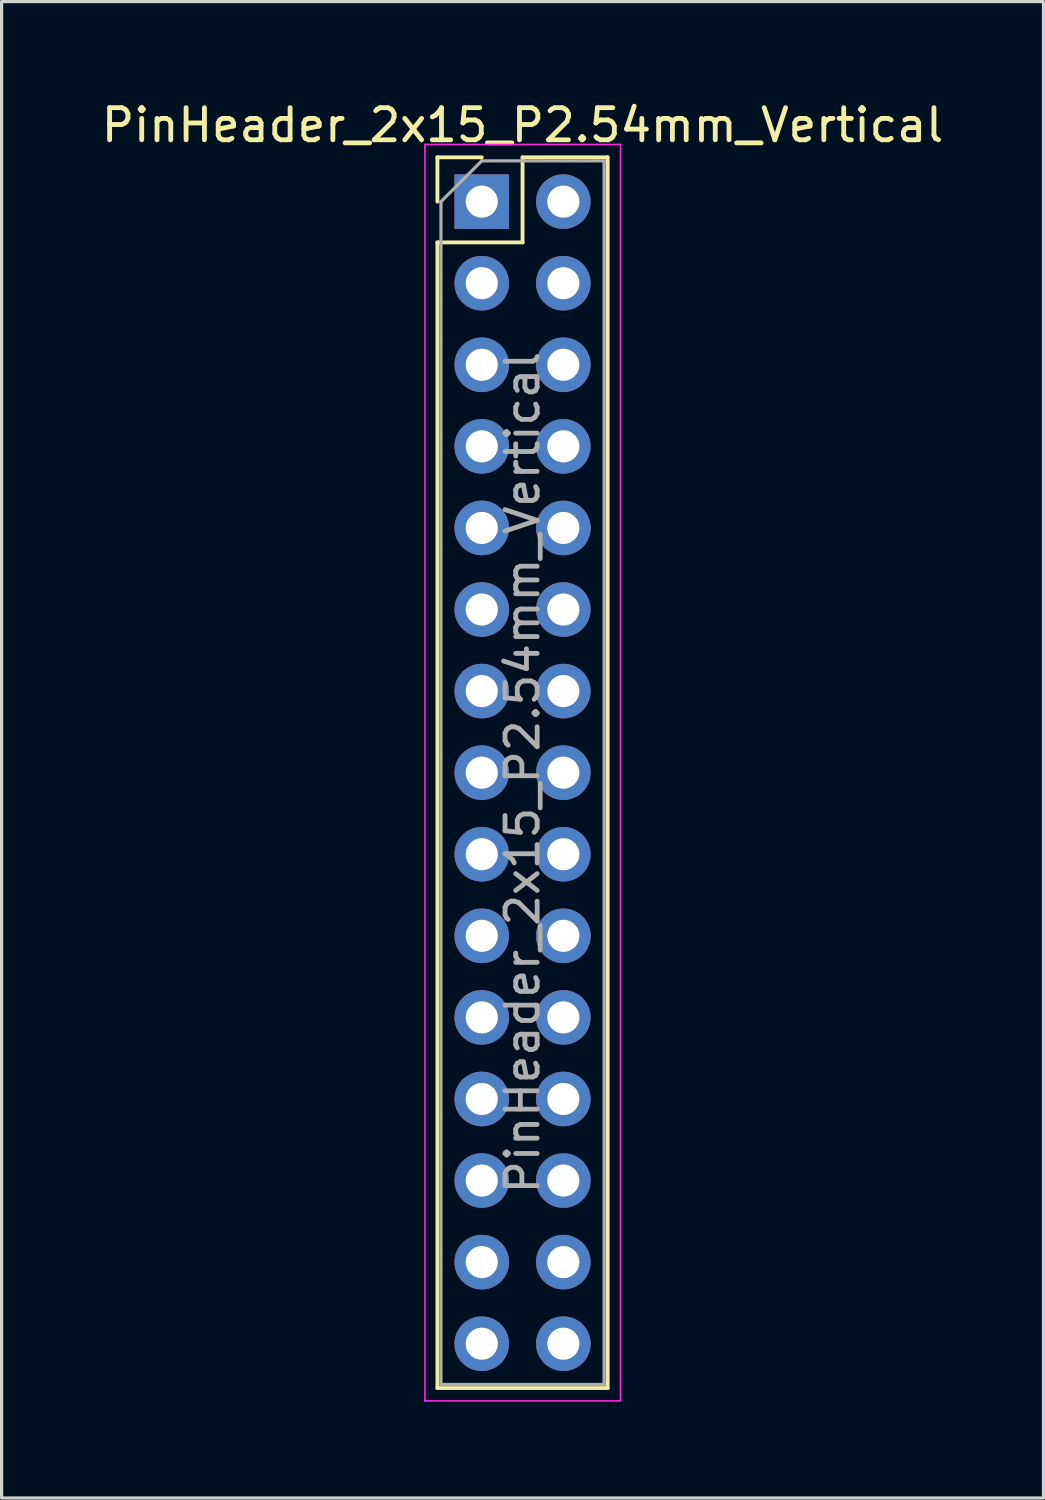
<source format=kicad_pcb>
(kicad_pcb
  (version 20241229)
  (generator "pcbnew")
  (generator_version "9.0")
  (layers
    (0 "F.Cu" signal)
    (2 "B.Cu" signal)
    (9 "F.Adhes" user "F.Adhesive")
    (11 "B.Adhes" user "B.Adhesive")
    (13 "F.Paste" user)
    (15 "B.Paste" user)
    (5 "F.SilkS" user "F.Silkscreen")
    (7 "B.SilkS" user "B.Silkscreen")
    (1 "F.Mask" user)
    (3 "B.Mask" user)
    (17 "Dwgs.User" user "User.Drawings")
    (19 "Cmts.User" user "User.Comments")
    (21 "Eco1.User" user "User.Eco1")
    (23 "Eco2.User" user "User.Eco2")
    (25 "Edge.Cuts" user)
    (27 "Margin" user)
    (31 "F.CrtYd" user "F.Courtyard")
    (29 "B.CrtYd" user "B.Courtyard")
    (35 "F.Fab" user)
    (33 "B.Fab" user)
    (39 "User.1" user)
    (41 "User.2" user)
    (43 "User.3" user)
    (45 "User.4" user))
  (footprint "PinHeader_2x15_P2.54mm_Vertical"
    (layer "F.Cu")
    (at 11.95 3.228)
    (property "Reference" "PinHeader_2x15_P2.54mm_Vertical" (at 1.27 -2.38 0) (layer "F.SilkS") (effects (font (size 1 1) (thickness 0.15))))
    (attr through_hole)
    (fp_line (start -1.38 -1.38) (end 0 -1.38) (stroke (width 0.12) (type solid)) (layer "F.SilkS"))
    (fp_line (start -1.38 0) (end -1.38 -1.38) (stroke (width 0.12) (type solid)) (layer "F.SilkS"))
    (fp_line (start -1.38 1.27) (end -1.38 36.94) (stroke (width 0.12) (type solid)) (layer "F.SilkS"))
    (fp_line (start -1.38 1.27) (end 1.27 1.27) (stroke (width 0.12) (type solid)) (layer "F.SilkS"))
    (fp_line (start -1.38 36.94) (end 3.92 36.94) (stroke (width 0.12) (type solid)) (layer "F.SilkS"))
    (fp_line (start 1.27 -1.38) (end 3.92 -1.38) (stroke (width 0.12) (type solid)) (layer "F.SilkS"))
    (fp_line (start 1.27 1.27) (end 1.27 -1.38) (stroke (width 0.12) (type solid)) (layer "F.SilkS"))
    (fp_line (start 3.92 -1.38) (end 3.92 36.94) (stroke (width 0.12) (type solid)) (layer "F.SilkS"))
    (fp_line (start -1.77 -1.78) (end -1.77 37.34) (stroke (width 0.05) (type solid)) (layer "F.CrtYd"))
    (fp_line (start -1.77 37.34) (end 4.32 37.34) (stroke (width 0.05) (type solid)) (layer "F.CrtYd"))
    (fp_line (start 4.32 -1.78) (end -1.77 -1.78) (stroke (width 0.05) (type solid)) (layer "F.CrtYd"))
    (fp_line (start 4.32 37.34) (end 4.32 -1.78) (stroke (width 0.05) (type solid)) (layer "F.CrtYd"))
    (fp_line (start -1.27 0) (end 0 -1.27) (stroke (width 0.1) (type solid)) (layer "F.Fab"))
    (fp_line (start -1.27 36.83) (end -1.27 0) (stroke (width 0.1) (type solid)) (layer "F.Fab"))
    (fp_line (start 0 -1.27) (end 3.81 -1.27) (stroke (width 0.1) (type solid)) (layer "F.Fab"))
    (fp_line (start 3.81 -1.27) (end 3.81 36.83) (stroke (width 0.1) (type solid)) (layer "F.Fab"))
    (fp_line (start 3.81 36.83) (end -1.27 36.83) (stroke (width 0.1) (type solid)) (layer "F.Fab"))
    (fp_text user "${REFERENCE}" (at 1.27 17.78 90) (layer "F.Fab") (effects (font (size 1 1) (thickness 0.15))))
    (pad "1" thru_hole rect (at 0 0) (size 1.7 1.7) (drill 1) (layers "*.Cu" "*.Mask"))
    (pad "2" thru_hole circle (at 2.54 0) (size 1.7 1.7) (drill 1) (layers "*.Cu" "*.Mask"))
    (pad "3" thru_hole circle (at 0 2.54) (size 1.7 1.7) (drill 1) (layers "*.Cu" "*.Mask"))
    (pad "4" thru_hole circle (at 2.54 2.54) (size 1.7 1.7) (drill 1) (layers "*.Cu" "*.Mask"))
    (pad "5" thru_hole circle (at 0 5.08) (size 1.7 1.7) (drill 1) (layers "*.Cu" "*.Mask"))
    (pad "6" thru_hole circle (at 2.54 5.08) (size 1.7 1.7) (drill 1) (layers "*.Cu" "*.Mask"))
    (pad "7" thru_hole circle (at 0 7.62) (size 1.7 1.7) (drill 1) (layers "*.Cu" "*.Mask"))
    (pad "8" thru_hole circle (at 2.54 7.62) (size 1.7 1.7) (drill 1) (layers "*.Cu" "*.Mask"))
    (pad "9" thru_hole circle (at 0 10.16) (size 1.7 1.7) (drill 1) (layers "*.Cu" "*.Mask"))
    (pad "10" thru_hole circle (at 2.54 10.16) (size 1.7 1.7) (drill 1) (layers "*.Cu" "*.Mask"))
    (pad "11" thru_hole circle (at 0 12.7) (size 1.7 1.7) (drill 1) (layers "*.Cu" "*.Mask"))
    (pad "12" thru_hole circle (at 2.54 12.7) (size 1.7 1.7) (drill 1) (layers "*.Cu" "*.Mask"))
    (pad "13" thru_hole circle (at 0 15.24) (size 1.7 1.7) (drill 1) (layers "*.Cu" "*.Mask"))
    (pad "14" thru_hole circle (at 2.54 15.24) (size 1.7 1.7) (drill 1) (layers "*.Cu" "*.Mask"))
    (pad "15" thru_hole circle (at 0 17.78) (size 1.7 1.7) (drill 1) (layers "*.Cu" "*.Mask"))
    (pad "16" thru_hole circle (at 2.54 17.78) (size 1.7 1.7) (drill 1) (layers "*.Cu" "*.Mask"))
    (pad "17" thru_hole circle (at 0 20.32) (size 1.7 1.7) (drill 1) (layers "*.Cu" "*.Mask"))
    (pad "18" thru_hole circle (at 2.54 20.32) (size 1.7 1.7) (drill 1) (layers "*.Cu" "*.Mask"))
    (pad "19" thru_hole circle (at 0 22.86) (size 1.7 1.7) (drill 1) (layers "*.Cu" "*.Mask"))
    (pad "20" thru_hole circle (at 2.54 22.86) (size 1.7 1.7) (drill 1) (layers "*.Cu" "*.Mask"))
    (pad "21" thru_hole circle (at 0 25.4) (size 1.7 1.7) (drill 1) (layers "*.Cu" "*.Mask"))
    (pad "22" thru_hole circle (at 2.54 25.4) (size 1.7 1.7) (drill 1) (layers "*.Cu" "*.Mask"))
    (pad "23" thru_hole circle (at 0 27.94) (size 1.7 1.7) (drill 1) (layers "*.Cu" "*.Mask"))
    (pad "24" thru_hole circle (at 2.54 27.94) (size 1.7 1.7) (drill 1) (layers "*.Cu" "*.Mask"))
    (pad "25" thru_hole circle (at 0 30.48) (size 1.7 1.7) (drill 1) (layers "*.Cu" "*.Mask"))
    (pad "26" thru_hole circle (at 2.54 30.48) (size 1.7 1.7) (drill 1) (layers "*.Cu" "*.Mask"))
    (pad "27" thru_hole circle (at 0 33.02) (size 1.7 1.7) (drill 1) (layers "*.Cu" "*.Mask"))
    (pad "28" thru_hole circle (at 2.54 33.02) (size 1.7 1.7) (drill 1) (layers "*.Cu" "*.Mask"))
    (pad "29" thru_hole circle (at 0 35.56) (size 1.7 1.7) (drill 1) (layers "*.Cu" "*.Mask"))
    (pad "30" thru_hole circle (at 2.54 35.56) (size 1.7 1.7) (drill 1) (layers "*.Cu" "*.Mask")))
  (gr_rect
    (start -3 -3)
    (end 29.44 43.593)
    (stroke (width 0.1) (type default))
    (fill no)
    (layer "Edge.Cuts")))
</source>
